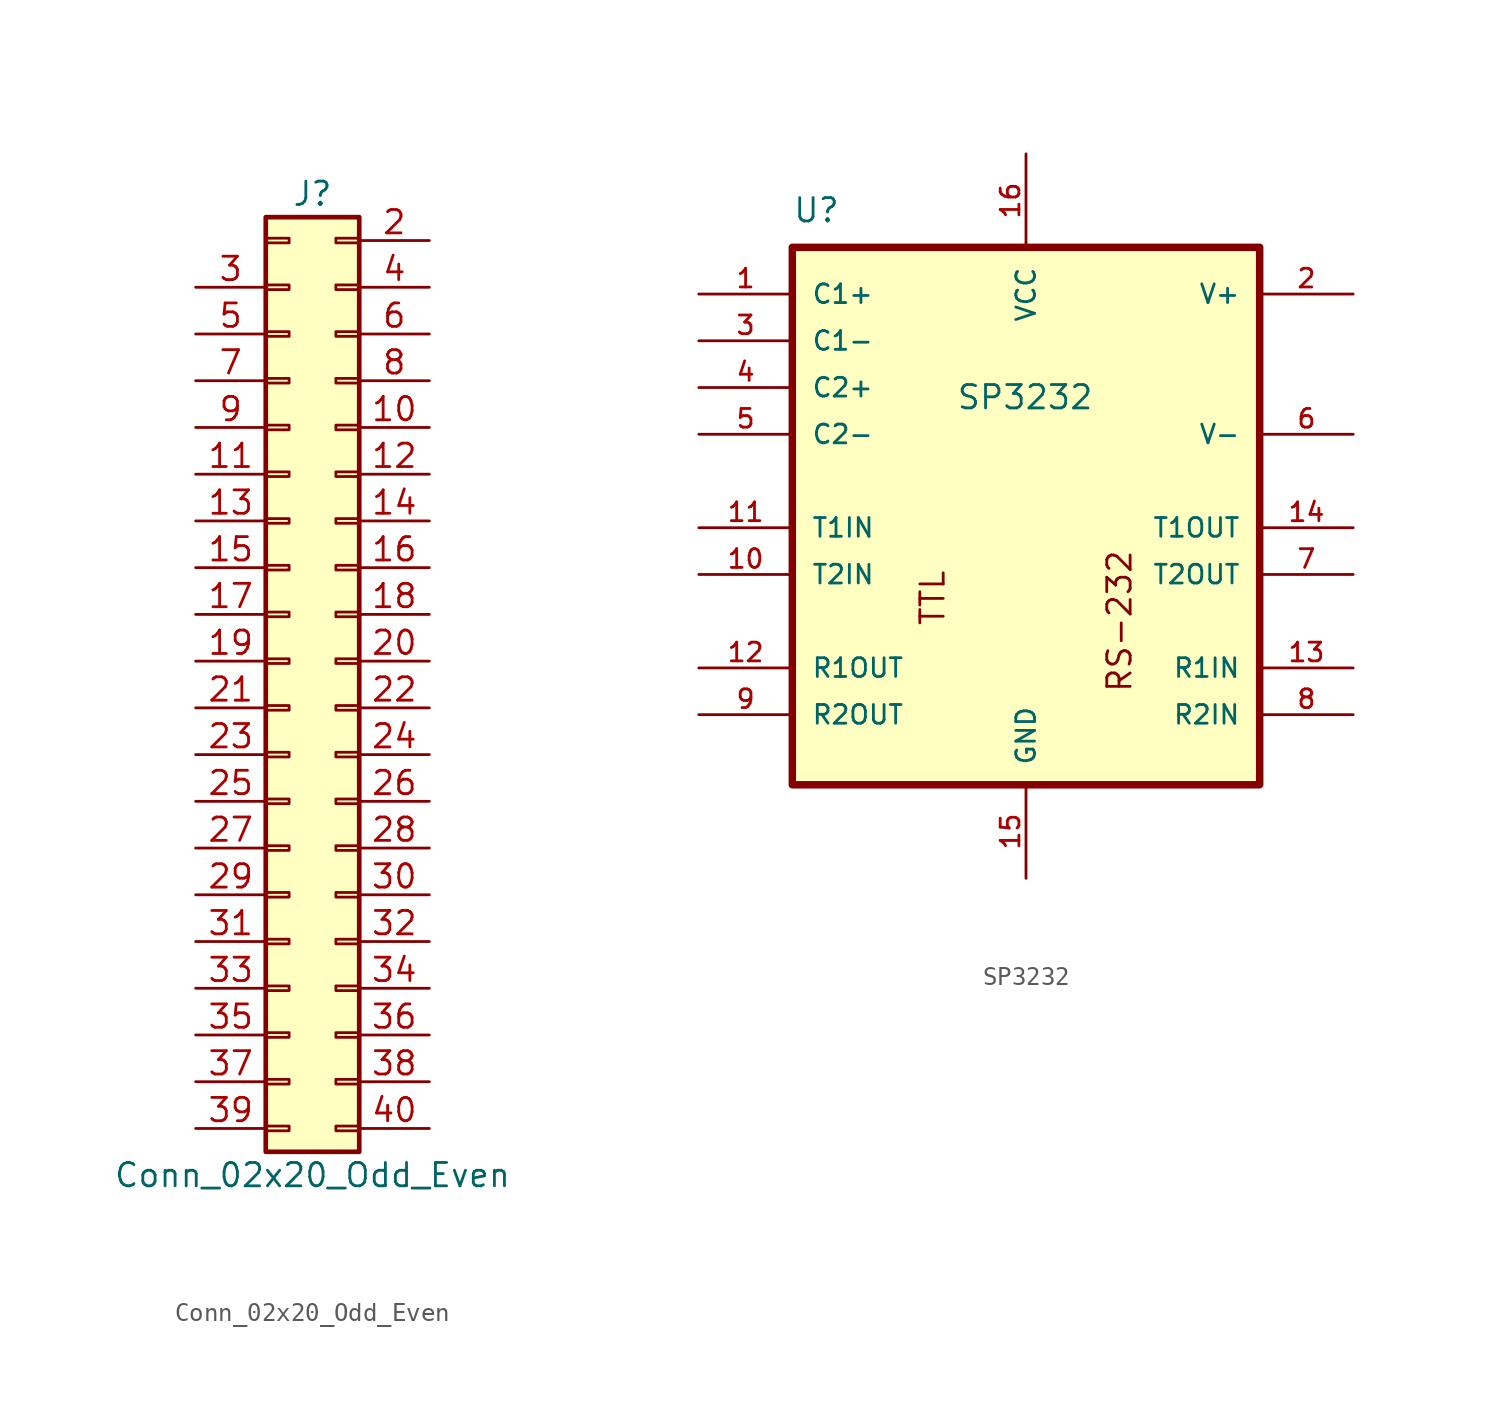
<source format=kicad_sym>
(kicad_symbol_lib
  (version 20211014)
  (generator kicad_symbol_editor)
  (symbol "Conn_02x20_Odd_Even"
    (pin_names
      (offset 1.016) hide)
    (property "Reference" "J"
      (at 1.27 25.4 0)
      (effects (font (size 1.27 1.27))))
    (property "Value" "Conn_02x20_Odd_Even"
      (at 1.27 -27.94 0)
      (effects (font (size 1.27 1.27))))
    (symbol "Conn_02x20_Odd_Even_1_1"
      (rectangle (start -1.27 -25.273) (end 0 -25.527) (stroke (width 0.152) (type default) (color 0 0 0 0)) (fill (type none)))
      (rectangle (start -1.27 -22.733) (end 0 -22.987) (stroke (width 0.152) (type default) (color 0 0 0 0)) (fill (type none)))
      (rectangle (start -1.27 -20.193) (end 0 -20.447) (stroke (width 0.152) (type default) (color 0 0 0 0)) (fill (type none)))
      (rectangle (start -1.27 -17.653) (end 0 -17.907) (stroke (width 0.152) (type default) (color 0 0 0 0)) (fill (type none)))
      (rectangle (start -1.27 -15.113) (end 0 -15.367) (stroke (width 0.152) (type default) (color 0 0 0 0)) (fill (type none)))
      (rectangle (start -1.27 -12.573) (end 0 -12.827) (stroke (width 0.152) (type default) (color 0 0 0 0)) (fill (type none)))
      (rectangle (start -1.27 -10.033) (end 0 -10.287) (stroke (width 0.152) (type default) (color 0 0 0 0)) (fill (type none)))
      (rectangle (start -1.27 -7.493) (end 0 -7.747) (stroke (width 0.152) (type default) (color 0 0 0 0)) (fill (type none)))
      (rectangle (start -1.27 -4.953) (end 0 -5.207) (stroke (width 0.152) (type default) (color 0 0 0 0)) (fill (type none)))
      (rectangle (start -1.27 -2.413) (end 0 -2.667) (stroke (width 0.152) (type default) (color 0 0 0 0)) (fill (type none)))
      (rectangle (start -1.27 0.127) (end 0 -0.127) (stroke (width 0.152) (type default) (color 0 0 0 0)) (fill (type none)))
      (rectangle (start -1.27 2.667) (end 0 2.413) (stroke (width 0.152) (type default) (color 0 0 0 0)) (fill (type none)))
      (rectangle (start -1.27 5.207) (end 0 4.953) (stroke (width 0.152) (type default) (color 0 0 0 0)) (fill (type none)))
      (rectangle (start -1.27 7.747) (end 0 7.493) (stroke (width 0.152) (type default) (color 0 0 0 0)) (fill (type none)))
      (rectangle (start -1.27 10.287) (end 0 10.033) (stroke (width 0.152) (type default) (color 0 0 0 0)) (fill (type none)))
      (rectangle (start -1.27 12.827) (end 0 12.573) (stroke (width 0.152) (type default) (color 0 0 0 0)) (fill (type none)))
      (rectangle (start -1.27 15.367) (end 0 15.113) (stroke (width 0.152) (type default) (color 0 0 0 0)) (fill (type none)))
      (rectangle (start -1.27 17.907) (end 0 17.653) (stroke (width 0.152) (type default) (color 0 0 0 0)) (fill (type none)))
      (rectangle (start -1.27 20.447) (end 0 20.193) (stroke (width 0.152) (type default) (color 0 0 0 0)) (fill (type none)))
      (rectangle (start -1.27 22.987) (end 0 22.733) (stroke (width 0.152) (type default) (color 0 0 0 0)) (fill (type none)))
      (rectangle (start -1.27 24.13) (end 3.81 -26.67) (stroke (width 0.254) (type default) (color 0 0 0 0)) (fill (type background)))
      (rectangle (start 3.81 -25.273) (end 2.54 -25.527) (stroke (width 0.152) (type default) (color 0 0 0 0)) (fill (type none)))
      (rectangle (start 3.81 -22.733) (end 2.54 -22.987) (stroke (width 0.152) (type default) (color 0 0 0 0)) (fill (type none)))
      (rectangle (start 3.81 -20.193) (end 2.54 -20.447) (stroke (width 0.152) (type default) (color 0 0 0 0)) (fill (type none)))
      (rectangle (start 3.81 -17.653) (end 2.54 -17.907) (stroke (width 0.152) (type default) (color 0 0 0 0)) (fill (type none)))
      (rectangle (start 3.81 -15.113) (end 2.54 -15.367) (stroke (width 0.152) (type default) (color 0 0 0 0)) (fill (type none)))
      (rectangle (start 3.81 -12.573) (end 2.54 -12.827) (stroke (width 0.152) (type default) (color 0 0 0 0)) (fill (type none)))
      (rectangle (start 3.81 -10.033) (end 2.54 -10.287) (stroke (width 0.152) (type default) (color 0 0 0 0)) (fill (type none)))
      (rectangle (start 3.81 -7.493) (end 2.54 -7.747) (stroke (width 0.152) (type default) (color 0 0 0 0)) (fill (type none)))
      (rectangle (start 3.81 -4.953) (end 2.54 -5.207) (stroke (width 0.152) (type default) (color 0 0 0 0)) (fill (type none)))
      (rectangle (start 3.81 -2.413) (end 2.54 -2.667) (stroke (width 0.152) (type default) (color 0 0 0 0)) (fill (type none)))
      (rectangle (start 3.81 0.127) (end 2.54 -0.127) (stroke (width 0.152) (type default) (color 0 0 0 0)) (fill (type none)))
      (rectangle (start 3.81 2.667) (end 2.54 2.413) (stroke (width 0.152) (type default) (color 0 0 0 0)) (fill (type none)))
      (rectangle (start 3.81 5.207) (end 2.54 4.953) (stroke (width 0.152) (type default) (color 0 0 0 0)) (fill (type none)))
      (rectangle (start 3.81 7.747) (end 2.54 7.493) (stroke (width 0.152) (type default) (color 0 0 0 0)) (fill (type none)))
      (rectangle (start 3.81 10.287) (end 2.54 10.033) (stroke (width 0.152) (type default) (color 0 0 0 0)) (fill (type none)))
      (rectangle (start 3.81 12.827) (end 2.54 12.573) (stroke (width 0.152) (type default) (color 0 0 0 0)) (fill (type none)))
      (rectangle (start 3.81 15.367) (end 2.54 15.113) (stroke (width 0.152) (type default) (color 0 0 0 0)) (fill (type none)))
      (rectangle (start 3.81 17.907) (end 2.54 17.653) (stroke (width 0.152) (type default) (color 0 0 0 0)) (fill (type none)))
      (rectangle (start 3.81 20.447) (end 2.54 20.193) (stroke (width 0.152) (type default) (color 0 0 0 0)) (fill (type none)))
      (rectangle (start 3.81 22.987) (end 2.54 22.733) (stroke (width 0.152) (type default) (color 0 0 0 0)) (fill (type none)))
      (pin passive line (at 7.62 12.7 180) (length 3.81) (name "Pin_10" (effects (font (size 1.27 1.27)))) (number "10" (effects (font (size 1.27 1.27)))))
      (pin passive line (at -5.08 10.16 0) (length 3.81) (name "Pin_11" (effects (font (size 1.27 1.27)))) (number "11" (effects (font (size 1.27 1.27)))))
      (pin passive line (at 7.62 10.16 180) (length 3.81) (name "Pin_12" (effects (font (size 1.27 1.27)))) (number "12" (effects (font (size 1.27 1.27)))))
      (pin passive line (at -5.08 7.62 0) (length 3.81) (name "Pin_13" (effects (font (size 1.27 1.27)))) (number "13" (effects (font (size 1.27 1.27)))))
      (pin passive line (at 7.62 7.62 180) (length 3.81) (name "Pin_14" (effects (font (size 1.27 1.27)))) (number "14" (effects (font (size 1.27 1.27)))))
      (pin passive line (at -5.08 5.08 0) (length 3.81) (name "Pin_15" (effects (font (size 1.27 1.27)))) (number "15" (effects (font (size 1.27 1.27)))))
      (pin passive line (at 7.62 5.08 180) (length 3.81) (name "Pin_16" (effects (font (size 1.27 1.27)))) (number "16" (effects (font (size 1.27 1.27)))))
      (pin passive line (at -5.08 2.54 0) (length 3.81) (name "Pin_17" (effects (font (size 1.27 1.27)))) (number "17" (effects (font (size 1.27 1.27)))))
      (pin passive line (at 7.62 2.54 180) (length 3.81) (name "Pin_18" (effects (font (size 1.27 1.27)))) (number "18" (effects (font (size 1.27 1.27)))))
      (pin passive line (at -5.08 0 0) (length 3.81) (name "Pin_19" (effects (font (size 1.27 1.27)))) (number "19" (effects (font (size 1.27 1.27)))))
      (pin passive line (at 7.62 22.86 180) (length 3.81) (name "Pin_2" (effects (font (size 1.27 1.27)))) (number "2" (effects (font (size 1.27 1.27)))))
      (pin passive line (at 7.62 0 180) (length 3.81) (name "Pin_20" (effects (font (size 1.27 1.27)))) (number "20" (effects (font (size 1.27 1.27)))))
      (pin passive line (at -5.08 -2.54 0) (length 3.81) (name "Pin_21" (effects (font (size 1.27 1.27)))) (number "21" (effects (font (size 1.27 1.27)))))
      (pin passive line (at 7.62 -2.54 180) (length 3.81) (name "Pin_22" (effects (font (size 1.27 1.27)))) (number "22" (effects (font (size 1.27 1.27)))))
      (pin passive line (at -5.08 -5.08 0) (length 3.81) (name "Pin_23" (effects (font (size 1.27 1.27)))) (number "23" (effects (font (size 1.27 1.27)))))
      (pin passive line (at 7.62 -5.08 180) (length 3.81) (name "Pin_24" (effects (font (size 1.27 1.27)))) (number "24" (effects (font (size 1.27 1.27)))))
      (pin passive line (at -5.08 -7.62 0) (length 3.81) (name "Pin_25" (effects (font (size 1.27 1.27)))) (number "25" (effects (font (size 1.27 1.27)))))
      (pin passive line (at 7.62 -7.62 180) (length 3.81) (name "Pin_26" (effects (font (size 1.27 1.27)))) (number "26" (effects (font (size 1.27 1.27)))))
      (pin passive line (at -5.08 -10.16 0) (length 3.81) (name "Pin_27" (effects (font (size 1.27 1.27)))) (number "27" (effects (font (size 1.27 1.27)))))
      (pin passive line (at 7.62 -10.16 180) (length 3.81) (name "Pin_28" (effects (font (size 1.27 1.27)))) (number "28" (effects (font (size 1.27 1.27)))))
      (pin passive line (at -5.08 -12.7 0) (length 3.81) (name "Pin_29" (effects (font (size 1.27 1.27)))) (number "29" (effects (font (size 1.27 1.27)))))
      (pin passive line (at -5.08 20.32 0) (length 3.81) (name "Pin_3" (effects (font (size 1.27 1.27)))) (number "3" (effects (font (size 1.27 1.27)))))
      (pin passive line (at 7.62 -12.7 180) (length 3.81) (name "Pin_30" (effects (font (size 1.27 1.27)))) (number "30" (effects (font (size 1.27 1.27)))))
      (pin passive line (at -5.08 -15.24 0) (length 3.81) (name "Pin_31" (effects (font (size 1.27 1.27)))) (number "31" (effects (font (size 1.27 1.27)))))
      (pin passive line (at 7.62 -15.24 180) (length 3.81) (name "Pin_32" (effects (font (size 1.27 1.27)))) (number "32" (effects (font (size 1.27 1.27)))))
      (pin passive line (at -5.08 -17.78 0) (length 3.81) (name "Pin_33" (effects (font (size 1.27 1.27)))) (number "33" (effects (font (size 1.27 1.27)))))
      (pin passive line (at 7.62 -17.78 180) (length 3.81) (name "Pin_34" (effects (font (size 1.27 1.27)))) (number "34" (effects (font (size 1.27 1.27)))))
      (pin passive line (at -5.08 -20.32 0) (length 3.81) (name "Pin_35" (effects (font (size 1.27 1.27)))) (number "35" (effects (font (size 1.27 1.27)))))
      (pin passive line (at 7.62 -20.32 180) (length 3.81) (name "Pin_36" (effects (font (size 1.27 1.27)))) (number "36" (effects (font (size 1.27 1.27)))))
      (pin passive line (at -5.08 -22.86 0) (length 3.81) (name "Pin_37" (effects (font (size 1.27 1.27)))) (number "37" (effects (font (size 1.27 1.27)))))
      (pin passive line (at 7.62 -22.86 180) (length 3.81) (name "Pin_38" (effects (font (size 1.27 1.27)))) (number "38" (effects (font (size 1.27 1.27)))))
      (pin passive line (at -5.08 -25.4 0) (length 3.81) (name "Pin_39" (effects (font (size 1.27 1.27)))) (number "39" (effects (font (size 1.27 1.27)))))
      (pin passive line (at 7.62 20.32 180) (length 3.81) (name "Pin_4" (effects (font (size 1.27 1.27)))) (number "4" (effects (font (size 1.27 1.27)))))
      (pin passive line (at 7.62 -25.4 180) (length 3.81) (name "Pin_40" (effects (font (size 1.27 1.27)))) (number "40" (effects (font (size 1.27 1.27)))))
      (pin passive line (at -5.08 17.78 0) (length 3.81) (name "Pin_5" (effects (font (size 1.27 1.27)))) (number "5" (effects (font (size 1.27 1.27)))))
      (pin passive line (at 7.62 17.78 180) (length 3.81) (name "Pin_6" (effects (font (size 1.27 1.27)))) (number "6" (effects (font (size 1.27 1.27)))))
      (pin passive line (at -5.08 15.24 0) (length 3.81) (name "Pin_7" (effects (font (size 1.27 1.27)))) (number "7" (effects (font (size 1.27 1.27)))))
      (pin passive line (at 7.62 15.24 180) (length 3.81) (name "Pin_8" (effects (font (size 1.27 1.27)))) (number "8" (effects (font (size 1.27 1.27)))))
      (pin passive line (at -5.08 12.7 0) (length 3.81) (name "Pin_9" (effects (font (size 1.27 1.27)))) (number "9" (effects (font (size 1.27 1.27)))))))
  (symbol "SP3232"
    (pin_names
      (offset 1.016))
    (property "Reference" "U"
      (at -12.7 15.24 0)
      (effects (font (size 1.27 1.27)) (justify left bottom)))
    (property "Value" "SP3232"
      (at -3.81 5.08 0)
      (effects (font (size 1.27 1.27)) (justify left bottom)))
    (property "ki_locked" ""
      (at 0 0 0)
      (effects (font (size 1.27 1.27))))
    (symbol "SP3232_0_0"
      (rectangle (start -12.7 13.97) (end 12.7 -15.24) (stroke (width 0.406) (type default) (color 0 0 0 0)) (fill (type background)))
      (text "RS-232" (at 5.08 -6.35 900) (effects (font (size 1.27 1.27))))
      (text "TTL" (at -5.08 -5.08 900) (effects (font (size 1.27 1.27))))
      (pin passive line (at -17.78 11.43 0) (length 5.08) (name "C1+" (effects (font (size 1.016 1.016)))) (number "1" (effects (font (size 1.016 1.016)))))
      (pin input line (at -17.78 -3.81 0) (length 5.08) (name "T2IN" (effects (font (size 1.016 1.016)))) (number "10" (effects (font (size 1.016 1.016)))))
      (pin input line (at -17.78 -1.27 0) (length 5.08) (name "T1IN" (effects (font (size 1.016 1.016)))) (number "11" (effects (font (size 1.016 1.016)))))
      (pin output line (at -17.78 -8.89 0) (length 5.08) (name "R1OUT" (effects (font (size 1.016 1.016)))) (number "12" (effects (font (size 1.016 1.016)))))
      (pin input line (at 17.78 -8.89 180) (length 5.08) (name "R1IN" (effects (font (size 1.016 1.016)))) (number "13" (effects (font (size 1.016 1.016)))))
      (pin output line (at 17.78 -1.27 180) (length 5.08) (name "T1OUT" (effects (font (size 1.016 1.016)))) (number "14" (effects (font (size 1.016 1.016)))))
      (pin passive line (at 0 -20.32 90) (length 5.08) (name "GND" (effects (font (size 1.016 1.016)))) (number "15" (effects (font (size 1.016 1.016)))))
      (pin power_in line (at 0 19.05 270) (length 5.08) (name "VCC" (effects (font (size 1.016 1.016)))) (number "16" (effects (font (size 1.016 1.016)))))
      (pin power_out line (at 17.78 11.43 180) (length 5.08) (name "V+" (effects (font (size 1.016 1.016)))) (number "2" (effects (font (size 1.016 1.016)))))
      (pin passive line (at -17.78 8.89 0) (length 5.08) (name "C1-" (effects (font (size 1.016 1.016)))) (number "3" (effects (font (size 1.016 1.016)))))
      (pin passive line (at -17.78 6.35 0) (length 5.08) (name "C2+" (effects (font (size 1.016 1.016)))) (number "4" (effects (font (size 1.016 1.016)))))
      (pin passive line (at -17.78 3.81 0) (length 5.08) (name "C2-" (effects (font (size 1.016 1.016)))) (number "5" (effects (font (size 1.016 1.016)))))
      (pin power_out line (at 17.78 3.81 180) (length 5.08) (name "V-" (effects (font (size 1.016 1.016)))) (number "6" (effects (font (size 1.016 1.016)))))
      (pin output line (at 17.78 -3.81 180) (length 5.08) (name "T2OUT" (effects (font (size 1.016 1.016)))) (number "7" (effects (font (size 1.016 1.016)))))
      (pin input line (at 17.78 -11.43 180) (length 5.08) (name "R2IN" (effects (font (size 1.016 1.016)))) (number "8" (effects (font (size 1.016 1.016)))))
      (pin output line (at -17.78 -11.43 0) (length 5.08) (name "R2OUT" (effects (font (size 1.016 1.016)))) (number "9" (effects (font (size 1.016 1.016))))))))
</source>
